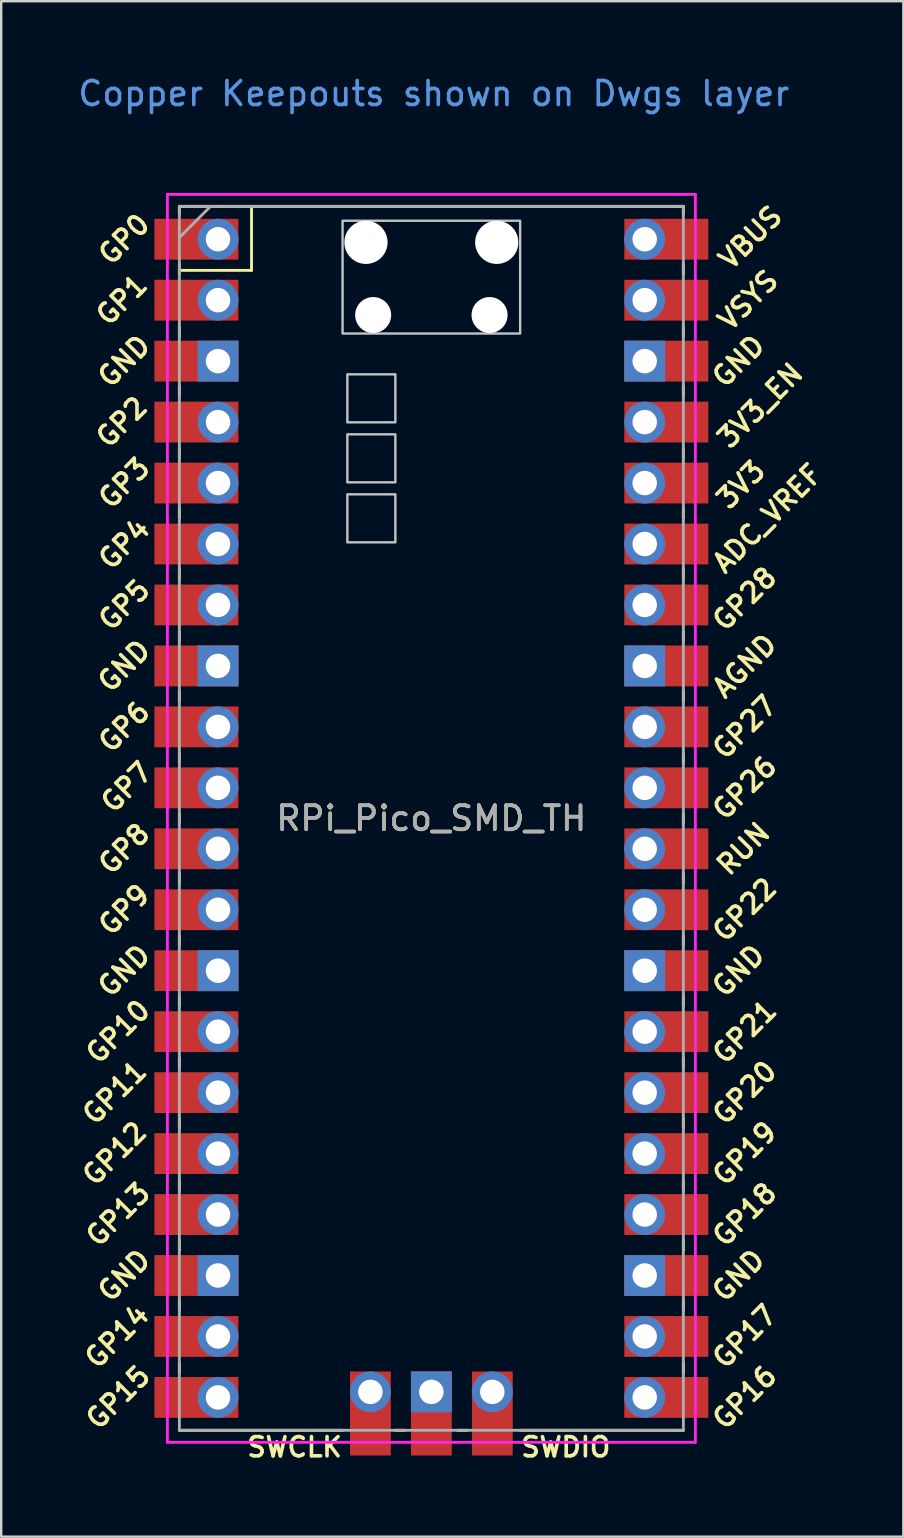
<source format=kicad_pcb>
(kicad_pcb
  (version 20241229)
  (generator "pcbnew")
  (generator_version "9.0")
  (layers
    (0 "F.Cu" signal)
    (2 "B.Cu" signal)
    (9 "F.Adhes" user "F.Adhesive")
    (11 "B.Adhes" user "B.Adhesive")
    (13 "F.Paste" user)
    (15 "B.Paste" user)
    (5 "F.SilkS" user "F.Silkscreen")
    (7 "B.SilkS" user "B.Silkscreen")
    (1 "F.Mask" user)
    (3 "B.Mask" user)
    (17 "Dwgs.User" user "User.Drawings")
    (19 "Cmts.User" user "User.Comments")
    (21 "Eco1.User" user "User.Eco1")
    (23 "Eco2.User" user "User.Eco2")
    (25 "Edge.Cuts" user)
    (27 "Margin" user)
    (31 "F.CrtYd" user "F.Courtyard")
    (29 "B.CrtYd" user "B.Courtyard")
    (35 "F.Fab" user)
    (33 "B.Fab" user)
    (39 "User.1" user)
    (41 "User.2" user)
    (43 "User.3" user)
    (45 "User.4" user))
  (footprint "RPi_Pico_SMD_TH"
    (layer "F.Cu")
    (at 14.924 31.048)
    (property "Reference" "RPi_Pico_SMD_TH" (at 0 0 0) (layer "F.SilkS") (effects (font (size 1 1) (thickness 0.15))))
    (attr through_hole)
    (fp_line (start -10.5 -25.5) (end -10.5 -25.2) (stroke (width 0.12) (type solid)) (layer "F.SilkS"))
    (fp_line (start -10.5 -25.5) (end 10.5 -25.5) (stroke (width 0.12) (type solid)) (layer "F.SilkS"))
    (fp_line (start -10.5 -23.1) (end -10.5 -22.7) (stroke (width 0.12) (type solid)) (layer "F.SilkS"))
    (fp_line (start -10.5 -22.833) (end -7.493 -22.833) (stroke (width 0.12) (type solid)) (layer "F.SilkS"))
    (fp_line (start -10.5 -20.5) (end -10.5 -20.1) (stroke (width 0.12) (type solid)) (layer "F.SilkS"))
    (fp_line (start -10.5 -18) (end -10.5 -17.6) (stroke (width 0.12) (type solid)) (layer "F.SilkS"))
    (fp_line (start -10.5 -15.4) (end -10.5 -15) (stroke (width 0.12) (type solid)) (layer "F.SilkS"))
    (fp_line (start -10.5 -12.9) (end -10.5 -12.5) (stroke (width 0.12) (type solid)) (layer "F.SilkS"))
    (fp_line (start -10.5 -10.4) (end -10.5 -10) (stroke (width 0.12) (type solid)) (layer "F.SilkS"))
    (fp_line (start -10.5 -7.8) (end -10.5 -7.4) (stroke (width 0.12) (type solid)) (layer "F.SilkS"))
    (fp_line (start -10.5 -5.3) (end -10.5 -4.9) (stroke (width 0.12) (type solid)) (layer "F.SilkS"))
    (fp_line (start -10.5 -2.7) (end -10.5 -2.3) (stroke (width 0.12) (type solid)) (layer "F.SilkS"))
    (fp_line (start -10.5 -0.2) (end -10.5 0.2) (stroke (width 0.12) (type solid)) (layer "F.SilkS"))
    (fp_line (start -10.5 2.3) (end -10.5 2.7) (stroke (width 0.12) (type solid)) (layer "F.SilkS"))
    (fp_line (start -10.5 4.9) (end -10.5 5.3) (stroke (width 0.12) (type solid)) (layer "F.SilkS"))
    (fp_line (start -10.5 7.4) (end -10.5 7.8) (stroke (width 0.12) (type solid)) (layer "F.SilkS"))
    (fp_line (start -10.5 10) (end -10.5 10.4) (stroke (width 0.12) (type solid)) (layer "F.SilkS"))
    (fp_line (start -10.5 12.5) (end -10.5 12.9) (stroke (width 0.12) (type solid)) (layer "F.SilkS"))
    (fp_line (start -10.5 15.1) (end -10.5 15.5) (stroke (width 0.12) (type solid)) (layer "F.SilkS"))
    (fp_line (start -10.5 17.6) (end -10.5 18) (stroke (width 0.12) (type solid)) (layer "F.SilkS"))
    (fp_line (start -10.5 20.1) (end -10.5 20.5) (stroke (width 0.12) (type solid)) (layer "F.SilkS"))
    (fp_line (start -10.5 22.7) (end -10.5 23.1) (stroke (width 0.12) (type solid)) (layer "F.SilkS"))
    (fp_line (start -7.493 -22.833) (end -7.493 -25.5) (stroke (width 0.12) (type solid)) (layer "F.SilkS"))
    (fp_line (start -3.7 25.5) (end -10.5 25.5) (stroke (width 0.12) (type solid)) (layer "F.SilkS"))
    (fp_line (start -1.5 25.5) (end -1.1 25.5) (stroke (width 0.12) (type solid)) (layer "F.SilkS"))
    (fp_line (start 1.1 25.5) (end 1.5 25.5) (stroke (width 0.12) (type solid)) (layer "F.SilkS"))
    (fp_line (start 10.5 -25.5) (end 10.5 -25.2) (stroke (width 0.12) (type solid)) (layer "F.SilkS"))
    (fp_line (start 10.5 -23.1) (end 10.5 -22.7) (stroke (width 0.12) (type solid)) (layer "F.SilkS"))
    (fp_line (start 10.5 -20.5) (end 10.5 -20.1) (stroke (width 0.12) (type solid)) (layer "F.SilkS"))
    (fp_line (start 10.5 -18) (end 10.5 -17.6) (stroke (width 0.12) (type solid)) (layer "F.SilkS"))
    (fp_line (start 10.5 -15.4) (end 10.5 -15) (stroke (width 0.12) (type solid)) (layer "F.SilkS"))
    (fp_line (start 10.5 -12.9) (end 10.5 -12.5) (stroke (width 0.12) (type solid)) (layer "F.SilkS"))
    (fp_line (start 10.5 -10.4) (end 10.5 -10) (stroke (width 0.12) (type solid)) (layer "F.SilkS"))
    (fp_line (start 10.5 -7.8) (end 10.5 -7.4) (stroke (width 0.12) (type solid)) (layer "F.SilkS"))
    (fp_line (start 10.5 -5.3) (end 10.5 -4.9) (stroke (width 0.12) (type solid)) (layer "F.SilkS"))
    (fp_line (start 10.5 -2.7) (end 10.5 -2.3) (stroke (width 0.12) (type solid)) (layer "F.SilkS"))
    (fp_line (start 10.5 -0.2) (end 10.5 0.2) (stroke (width 0.12) (type solid)) (layer "F.SilkS"))
    (fp_line (start 10.5 2.3) (end 10.5 2.7) (stroke (width 0.12) (type solid)) (layer "F.SilkS"))
    (fp_line (start 10.5 4.9) (end 10.5 5.3) (stroke (width 0.12) (type solid)) (layer "F.SilkS"))
    (fp_line (start 10.5 7.4) (end 10.5 7.8) (stroke (width 0.12) (type solid)) (layer "F.SilkS"))
    (fp_line (start 10.5 10) (end 10.5 10.4) (stroke (width 0.12) (type solid)) (layer "F.SilkS"))
    (fp_line (start 10.5 12.5) (end 10.5 12.9) (stroke (width 0.12) (type solid)) (layer "F.SilkS"))
    (fp_line (start 10.5 15.1) (end 10.5 15.5) (stroke (width 0.12) (type solid)) (layer "F.SilkS"))
    (fp_line (start 10.5 17.6) (end 10.5 18) (stroke (width 0.12) (type solid)) (layer "F.SilkS"))
    (fp_line (start 10.5 20.1) (end 10.5 20.5) (stroke (width 0.12) (type solid)) (layer "F.SilkS"))
    (fp_line (start 10.5 22.7) (end 10.5 23.1) (stroke (width 0.12) (type solid)) (layer "F.SilkS"))
    (fp_line (start 10.5 25.5) (end 3.7 25.5) (stroke (width 0.12) (type solid)) (layer "F.SilkS"))
    (fp_poly (pts (xy -1.5 -16.5) (xy -3.5 -16.5) (xy -3.5 -18.5) (xy -1.5 -18.5)) (stroke (width 0.1) (type solid)) (fill no) (layer "Dwgs.User"))
    (fp_poly (pts (xy -1.5 -14) (xy -3.5 -14) (xy -3.5 -16) (xy -1.5 -16)) (stroke (width 0.1) (type solid)) (fill no) (layer "Dwgs.User"))
    (fp_poly (pts (xy -1.5 -11.5) (xy -3.5 -11.5) (xy -3.5 -13.5) (xy -1.5 -13.5)) (stroke (width 0.1) (type solid)) (fill no) (layer "Dwgs.User"))
    (fp_poly (pts (xy 3.7 -20.2) (xy -3.7 -20.2) (xy -3.7 -24.9) (xy 3.7 -24.9)) (stroke (width 0.1) (type solid)) (fill no) (layer "Dwgs.User"))
    (fp_line (start -11 -26) (end 11 -26) (stroke (width 0.12) (type solid)) (layer "F.CrtYd"))
    (fp_line (start -11 26) (end -11 -26) (stroke (width 0.12) (type solid)) (layer "F.CrtYd"))
    (fp_line (start 11 -26) (end 11 26) (stroke (width 0.12) (type solid)) (layer "F.CrtYd"))
    (fp_line (start 11 26) (end -11 26) (stroke (width 0.12) (type solid)) (layer "F.CrtYd"))
    (fp_line (start -10.5 -25.5) (end 10.5 -25.5) (stroke (width 0.12) (type solid)) (layer "F.Fab"))
    (fp_line (start -10.5 -24.2) (end -9.2 -25.5) (stroke (width 0.12) (type solid)) (layer "F.Fab"))
    (fp_line (start -10.5 25.5) (end -10.5 -25.5) (stroke (width 0.12) (type solid)) (layer "F.Fab"))
    (fp_line (start 10.5 -25.5) (end 10.5 25.5) (stroke (width 0.12) (type solid)) (layer "F.Fab"))
    (fp_line (start 10.5 25.5) (end -10.5 25.5) (stroke (width 0.12) (type solid)) (layer "F.Fab"))
    (fp_text user "SWCLK" (at -5.7 26.2 0) (layer "F.SilkS") (effects (font (size 0.8 0.8) (thickness 0.15))))
    (fp_text user "3V3" (at 12.9 -13.9 45) (layer "F.SilkS") (effects (font (size 0.8 0.8) (thickness 0.15))))
    (fp_text user "SWDIO" (at 5.6 26.2 0) (layer "F.SilkS") (effects (font (size 0.8 0.8) (thickness 0.15))))
    (fp_text user "GP14" (at -13.1 21.59 45) (layer "F.SilkS") (effects (font (size 0.8 0.8) (thickness 0.15))))
    (fp_text user "GP28" (at 13.054 -9.144 45) (layer "F.SilkS") (effects (font (size 0.8 0.8) (thickness 0.15))))
    (fp_text user "GP0" (at -12.8 -24.13 45) (layer "F.SilkS") (effects (font (size 0.8 0.8) (thickness 0.15))))
    (fp_text user "GP11" (at -13.2 11.43 45) (layer "F.SilkS") (effects (font (size 0.8 0.8) (thickness 0.15))))
    (fp_text user "VBUS" (at 13.3 -24.2 45) (layer "F.SilkS") (effects (font (size 0.8 0.8) (thickness 0.15))))
    (fp_text user "GP13" (at -13.054 16.51 45) (layer "F.SilkS") (effects (font (size 0.8 0.8) (thickness 0.15))))
    (fp_text user "3V3_EN" (at 13.7 -17.2 45) (layer "F.SilkS") (effects (font (size 0.8 0.8) (thickness 0.15))))
    (fp_text user "GND" (at 12.8 -19.05 45) (layer "F.SilkS") (effects (font (size 0.8 0.8) (thickness 0.15))))
    (fp_text user "GP3" (at -12.8 -13.97 45) (layer "F.SilkS") (effects (font (size 0.8 0.8) (thickness 0.15))))
    (fp_text user "GND" (at -12.8 6.35 45) (layer "F.SilkS") (effects (font (size 0.8 0.8) (thickness 0.15))))
    (fp_text user "GND" (at -12.8 19.05 45) (layer "F.SilkS") (effects (font (size 0.8 0.8) (thickness 0.15))))
    (fp_text user "GND" (at -12.8 -6.35 45) (layer "F.SilkS") (effects (font (size 0.8 0.8) (thickness 0.15))))
    (fp_text user "RUN" (at 13 1.27 45) (layer "F.SilkS") (effects (font (size 0.8 0.8) (thickness 0.15))))
    (fp_text user "GP10" (at -13.054 8.89 45) (layer "F.SilkS") (effects (font (size 0.8 0.8) (thickness 0.15))))
    (fp_text user "ADC_VREF" (at 14 -12.5 45) (layer "F.SilkS") (effects (font (size 0.8 0.8) (thickness 0.15))))
    (fp_text user "GP6" (at -12.8 -3.81 45) (layer "F.SilkS") (effects (font (size 0.8 0.8) (thickness 0.15))))
    (fp_text user "GP19" (at 13.054 13.97 45) (layer "F.SilkS") (effects (font (size 0.8 0.8) (thickness 0.15))))
    (fp_text user "GP20" (at 13.054 11.43 45) (layer "F.SilkS") (effects (font (size 0.8 0.8) (thickness 0.15))))
    (fp_text user "VSYS" (at 13.2 -21.59 45) (layer "F.SilkS") (effects (font (size 0.8 0.8) (thickness 0.15))))
    (fp_text user "GP4" (at -12.8 -11.43 45) (layer "F.SilkS") (effects (font (size 0.8 0.8) (thickness 0.15))))
    (fp_text user "GP26" (at 13.054 -1.27 45) (layer "F.SilkS") (effects (font (size 0.8 0.8) (thickness 0.15))))
    (fp_text user "GP9" (at -12.8 3.81 45) (layer "F.SilkS") (effects (font (size 0.8 0.8) (thickness 0.15))))
    (fp_text user "GND" (at 12.8 6.35 45) (layer "F.SilkS") (effects (font (size 0.8 0.8) (thickness 0.15))))
    (fp_text user "GP7" (at -12.7 -1.3 45) (layer "F.SilkS") (effects (font (size 0.8 0.8) (thickness 0.15))))
    (fp_text user "GP15" (at -13.054 24.13 45) (layer "F.SilkS") (effects (font (size 0.8 0.8) (thickness 0.15))))
    (fp_text user "GP2" (at -12.9 -16.51 45) (layer "F.SilkS") (effects (font (size 0.8 0.8) (thickness 0.15))))
    (fp_text user "AGND" (at 13.054 -6.35 45) (layer "F.SilkS") (effects (font (size 0.8 0.8) (thickness 0.15))))
    (fp_text user "GP5" (at -12.8 -8.89 45) (layer "F.SilkS") (effects (font (size 0.8 0.8) (thickness 0.15))))
    (fp_text user "GP21" (at 13.054 8.9 45) (layer "F.SilkS") (effects (font (size 0.8 0.8) (thickness 0.15))))
    (fp_text user "GP22" (at 13.054 3.81 45) (layer "F.SilkS") (effects (font (size 0.8 0.8) (thickness 0.15))))
    (fp_text user "GP27" (at 13.054 -3.8 45) (layer "F.SilkS") (effects (font (size 0.8 0.8) (thickness 0.15))))
    (fp_text user "GND" (at -12.8 -19.05 45) (layer "F.SilkS") (effects (font (size 0.8 0.8) (thickness 0.15))))
    (fp_text user "GP1" (at -12.9 -21.6 45) (layer "F.SilkS") (effects (font (size 0.8 0.8) (thickness 0.15))))
    (fp_text user "GP12" (at -13.2 13.97 45) (layer "F.SilkS") (effects (font (size 0.8 0.8) (thickness 0.15))))
    (fp_text user "GP18" (at 13.054 16.51 45) (layer "F.SilkS") (effects (font (size 0.8 0.8) (thickness 0.15))))
    (fp_text user "GP17" (at 13.054 21.59 45) (layer "F.SilkS") (effects (font (size 0.8 0.8) (thickness 0.15))))
    (fp_text user "GP8" (at -12.8 1.27 45) (layer "F.SilkS") (effects (font (size 0.8 0.8) (thickness 0.15))))
    (fp_text user "GND" (at 12.8 19.05 45) (layer "F.SilkS") (effects (font (size 0.8 0.8) (thickness 0.15))))
    (fp_text user "GP16" (at 13.054 24.13 45) (layer "F.SilkS") (effects (font (size 0.8 0.8) (thickness 0.15))))
    (fp_text user "Copper Keepouts shown on Dwgs layer" (at 0.1 -30.2 0) (layer "Cmts.User") (effects (font (size 1 1) (thickness 0.15))))
    (fp_text user "${REFERENCE}" (at 0 0 180) (layer "F.Fab") (effects (font (size 1 1) (thickness 0.15))))
    (pad "" np_thru_hole oval (at -2.725 -24) (size 1.8 1.8) (drill 1.8) (layers "*.Cu" "*.Mask"))
    (pad "" np_thru_hole oval (at -2.425 -20.97) (size 1.5 1.5) (drill 1.5) (layers "*.Cu" "*.Mask"))
    (pad "" np_thru_hole oval (at 2.425 -20.97) (size 1.5 1.5) (drill 1.5) (layers "*.Cu" "*.Mask"))
    (pad "" np_thru_hole oval (at 2.725 -24) (size 1.8 1.8) (drill 1.8) (layers "*.Cu" "*.Mask"))
    (pad "1" thru_hole oval (at -8.89 -24.13) (size 1.7 1.7) (drill 1.02) (layers "*.Cu" "*.Mask"))
    (pad "1" smd rect (at -8.89 -24.13) (size 3.5 1.7) (drill (offset -0.9 0)) (layers "F.Cu" "F.Mask"))
    (pad "2" thru_hole oval (at -8.89 -21.59) (size 1.7 1.7) (drill 1.02) (layers "*.Cu" "*.Mask"))
    (pad "2" smd rect (at -8.89 -21.59) (size 3.5 1.7) (drill (offset -0.9 0)) (layers "F.Cu" "F.Mask"))
    (pad "3" thru_hole rect (at -8.89 -19.05) (size 1.7 1.7) (drill 1.02) (layers "*.Cu" "*.Mask"))
    (pad "3" smd rect (at -8.89 -19.05) (size 3.5 1.7) (drill (offset -0.9 0)) (layers "F.Cu" "F.Mask"))
    (pad "4" thru_hole oval (at -8.89 -16.51) (size 1.7 1.7) (drill 1.02) (layers "*.Cu" "*.Mask"))
    (pad "4" smd rect (at -8.89 -16.51) (size 3.5 1.7) (drill (offset -0.9 0)) (layers "F.Cu" "F.Mask"))
    (pad "5" thru_hole oval (at -8.89 -13.97) (size 1.7 1.7) (drill 1.02) (layers "*.Cu" "*.Mask"))
    (pad "5" smd rect (at -8.89 -13.97) (size 3.5 1.7) (drill (offset -0.9 0)) (layers "F.Cu" "F.Mask"))
    (pad "6" thru_hole oval (at -8.89 -11.43) (size 1.7 1.7) (drill 1.02) (layers "*.Cu" "*.Mask"))
    (pad "6" smd rect (at -8.89 -11.43) (size 3.5 1.7) (drill (offset -0.9 0)) (layers "F.Cu" "F.Mask"))
    (pad "7" thru_hole oval (at -8.89 -8.89) (size 1.7 1.7) (drill 1.02) (layers "*.Cu" "*.Mask"))
    (pad "7" smd rect (at -8.89 -8.89) (size 3.5 1.7) (drill (offset -0.9 0)) (layers "F.Cu" "F.Mask"))
    (pad "8" thru_hole rect (at -8.89 -6.35) (size 1.7 1.7) (drill 1.02) (layers "*.Cu" "*.Mask"))
    (pad "8" smd rect (at -8.89 -6.35) (size 3.5 1.7) (drill (offset -0.9 0)) (layers "F.Cu" "F.Mask"))
    (pad "9" thru_hole oval (at -8.89 -3.81) (size 1.7 1.7) (drill 1.02) (layers "*.Cu" "*.Mask"))
    (pad "9" smd rect (at -8.89 -3.81) (size 3.5 1.7) (drill (offset -0.9 0)) (layers "F.Cu" "F.Mask"))
    (pad "10" thru_hole oval (at -8.89 -1.27) (size 1.7 1.7) (drill 1.02) (layers "*.Cu" "*.Mask"))
    (pad "10" smd rect (at -8.89 -1.27) (size 3.5 1.7) (drill (offset -0.9 0)) (layers "F.Cu" "F.Mask"))
    (pad "11" thru_hole oval (at -8.89 1.27) (size 1.7 1.7) (drill 1.02) (layers "*.Cu" "*.Mask"))
    (pad "11" smd rect (at -8.89 1.27) (size 3.5 1.7) (drill (offset -0.9 0)) (layers "F.Cu" "F.Mask"))
    (pad "12" thru_hole oval (at -8.89 3.81) (size 1.7 1.7) (drill 1.02) (layers "*.Cu" "*.Mask"))
    (pad "12" smd rect (at -8.89 3.81) (size 3.5 1.7) (drill (offset -0.9 0)) (layers "F.Cu" "F.Mask"))
    (pad "13" thru_hole rect (at -8.89 6.35) (size 1.7 1.7) (drill 1.02) (layers "*.Cu" "*.Mask"))
    (pad "13" smd rect (at -8.89 6.35) (size 3.5 1.7) (drill (offset -0.9 0)) (layers "F.Cu" "F.Mask"))
    (pad "14" thru_hole oval (at -8.89 8.89) (size 1.7 1.7) (drill 1.02) (layers "*.Cu" "*.Mask"))
    (pad "14" smd rect (at -8.89 8.89) (size 3.5 1.7) (drill (offset -0.9 0)) (layers "F.Cu" "F.Mask"))
    (pad "15" thru_hole oval (at -8.89 11.43) (size 1.7 1.7) (drill 1.02) (layers "*.Cu" "*.Mask"))
    (pad "15" smd rect (at -8.89 11.43) (size 3.5 1.7) (drill (offset -0.9 0)) (layers "F.Cu" "F.Mask"))
    (pad "16" thru_hole oval (at -8.89 13.97) (size 1.7 1.7) (drill 1.02) (layers "*.Cu" "*.Mask"))
    (pad "16" smd rect (at -8.89 13.97) (size 3.5 1.7) (drill (offset -0.9 0)) (layers "F.Cu" "F.Mask"))
    (pad "17" thru_hole oval (at -8.89 16.51) (size 1.7 1.7) (drill 1.02) (layers "*.Cu" "*.Mask"))
    (pad "17" smd rect (at -8.89 16.51) (size 3.5 1.7) (drill (offset -0.9 0)) (layers "F.Cu" "F.Mask"))
    (pad "18" thru_hole rect (at -8.89 19.05) (size 1.7 1.7) (drill 1.02) (layers "*.Cu" "*.Mask"))
    (pad "18" smd rect (at -8.89 19.05) (size 3.5 1.7) (drill (offset -0.9 0)) (layers "F.Cu" "F.Mask"))
    (pad "19" thru_hole oval (at -8.89 21.59) (size 1.7 1.7) (drill 1.02) (layers "*.Cu" "*.Mask"))
    (pad "19" smd rect (at -8.89 21.59) (size 3.5 1.7) (drill (offset -0.9 0)) (layers "F.Cu" "F.Mask"))
    (pad "20" thru_hole oval (at -8.89 24.13) (size 1.7 1.7) (drill 1.02) (layers "*.Cu" "*.Mask"))
    (pad "20" smd rect (at -8.89 24.13) (size 3.5 1.7) (drill (offset -0.9 0)) (layers "F.Cu" "F.Mask"))
    (pad "21" thru_hole oval (at 8.89 24.13) (size 1.7 1.7) (drill 1.02) (layers "*.Cu" "*.Mask"))
    (pad "21" smd rect (at 8.89 24.13) (size 3.5 1.7) (drill (offset 0.9 0)) (layers "F.Cu" "F.Mask"))
    (pad "22" thru_hole oval (at 8.89 21.59) (size 1.7 1.7) (drill 1.02) (layers "*.Cu" "*.Mask"))
    (pad "22" smd rect (at 8.89 21.59) (size 3.5 1.7) (drill (offset 0.9 0)) (layers "F.Cu" "F.Mask"))
    (pad "23" thru_hole rect (at 8.89 19.05) (size 1.7 1.7) (drill 1.02) (layers "*.Cu" "*.Mask"))
    (pad "23" smd rect (at 8.89 19.05) (size 3.5 1.7) (drill (offset 0.9 0)) (layers "F.Cu" "F.Mask"))
    (pad "24" thru_hole oval (at 8.89 16.51) (size 1.7 1.7) (drill 1.02) (layers "*.Cu" "*.Mask"))
    (pad "24" smd rect (at 8.89 16.51) (size 3.5 1.7) (drill (offset 0.9 0)) (layers "F.Cu" "F.Mask"))
    (pad "25" thru_hole oval (at 8.89 13.97) (size 1.7 1.7) (drill 1.02) (layers "*.Cu" "*.Mask"))
    (pad "25" smd rect (at 8.89 13.97) (size 3.5 1.7) (drill (offset 0.9 0)) (layers "F.Cu" "F.Mask"))
    (pad "26" thru_hole oval (at 8.89 11.43) (size 1.7 1.7) (drill 1.02) (layers "*.Cu" "*.Mask"))
    (pad "26" smd rect (at 8.89 11.43) (size 3.5 1.7) (drill (offset 0.9 0)) (layers "F.Cu" "F.Mask"))
    (pad "27" thru_hole oval (at 8.89 8.89) (size 1.7 1.7) (drill 1.02) (layers "*.Cu" "*.Mask"))
    (pad "27" smd rect (at 8.89 8.89) (size 3.5 1.7) (drill (offset 0.9 0)) (layers "F.Cu" "F.Mask"))
    (pad "28" thru_hole rect (at 8.89 6.35) (size 1.7 1.7) (drill 1.02) (layers "*.Cu" "*.Mask"))
    (pad "28" smd rect (at 8.89 6.35) (size 3.5 1.7) (drill (offset 0.9 0)) (layers "F.Cu" "F.Mask"))
    (pad "29" thru_hole oval (at 8.89 3.81) (size 1.7 1.7) (drill 1.02) (layers "*.Cu" "*.Mask"))
    (pad "29" smd rect (at 8.89 3.81) (size 3.5 1.7) (drill (offset 0.9 0)) (layers "F.Cu" "F.Mask"))
    (pad "30" thru_hole oval (at 8.89 1.27) (size 1.7 1.7) (drill 1.02) (layers "*.Cu" "*.Mask"))
    (pad "30" smd rect (at 8.89 1.27) (size 3.5 1.7) (drill (offset 0.9 0)) (layers "F.Cu" "F.Mask"))
    (pad "31" thru_hole oval (at 8.89 -1.27) (size 1.7 1.7) (drill 1.02) (layers "*.Cu" "*.Mask"))
    (pad "31" smd rect (at 8.89 -1.27) (size 3.5 1.7) (drill (offset 0.9 0)) (layers "F.Cu" "F.Mask"))
    (pad "32" thru_hole oval (at 8.89 -3.81) (size 1.7 1.7) (drill 1.02) (layers "*.Cu" "*.Mask"))
    (pad "32" smd rect (at 8.89 -3.81) (size 3.5 1.7) (drill (offset 0.9 0)) (layers "F.Cu" "F.Mask"))
    (pad "33" thru_hole rect (at 8.89 -6.35) (size 1.7 1.7) (drill 1.02) (layers "*.Cu" "*.Mask"))
    (pad "33" smd rect (at 8.89 -6.35) (size 3.5 1.7) (drill (offset 0.9 0)) (layers "F.Cu" "F.Mask"))
    (pad "34" thru_hole oval (at 8.89 -8.89) (size 1.7 1.7) (drill 1.02) (layers "*.Cu" "*.Mask"))
    (pad "34" smd rect (at 8.89 -8.89) (size 3.5 1.7) (drill (offset 0.9 0)) (layers "F.Cu" "F.Mask"))
    (pad "35" thru_hole oval (at 8.89 -11.43) (size 1.7 1.7) (drill 1.02) (layers "*.Cu" "*.Mask"))
    (pad "35" smd rect (at 8.89 -11.43) (size 3.5 1.7) (drill (offset 0.9 0)) (layers "F.Cu" "F.Mask"))
    (pad "36" thru_hole oval (at 8.89 -13.97) (size 1.7 1.7) (drill 1.02) (layers "*.Cu" "*.Mask"))
    (pad "36" smd rect (at 8.89 -13.97) (size 3.5 1.7) (drill (offset 0.9 0)) (layers "F.Cu" "F.Mask"))
    (pad "37" thru_hole oval (at 8.89 -16.51) (size 1.7 1.7) (drill 1.02) (layers "*.Cu" "*.Mask"))
    (pad "37" smd rect (at 8.89 -16.51) (size 3.5 1.7) (drill (offset 0.9 0)) (layers "F.Cu" "F.Mask"))
    (pad "38" thru_hole rect (at 8.89 -19.05) (size 1.7 1.7) (drill 1.02) (layers "*.Cu" "*.Mask"))
    (pad "38" smd rect (at 8.89 -19.05) (size 3.5 1.7) (drill (offset 0.9 0)) (layers "F.Cu" "F.Mask"))
    (pad "39" thru_hole oval (at 8.89 -21.59) (size 1.7 1.7) (drill 1.02) (layers "*.Cu" "*.Mask"))
    (pad "39" smd rect (at 8.89 -21.59) (size 3.5 1.7) (drill (offset 0.9 0)) (layers "F.Cu" "F.Mask"))
    (pad "40" thru_hole oval (at 8.89 -24.13) (size 1.7 1.7) (drill 1.02) (layers "*.Cu" "*.Mask"))
    (pad "40" smd rect (at 8.89 -24.13) (size 3.5 1.7) (drill (offset 0.9 0)) (layers "F.Cu" "F.Mask"))
    (pad "41" thru_hole oval (at -2.54 23.9) (size 1.7 1.7) (drill 1.02) (layers "*.Cu" "*.Mask"))
    (pad "41" smd rect (at -2.54 23.9 90) (size 3.5 1.7) (drill (offset -0.9 0)) (layers "F.Cu" "F.Mask"))
    (pad "42" thru_hole rect (at 0 23.9) (size 1.7 1.7) (drill 1.02) (layers "*.Cu" "*.Mask"))
    (pad "42" smd rect (at 0 23.9 90) (size 3.5 1.7) (drill (offset -0.9 0)) (layers "F.Cu" "F.Mask"))
    (pad "43" thru_hole oval (at 2.54 23.9) (size 1.7 1.7) (drill 1.02) (layers "*.Cu" "*.Mask"))
    (pad "43" smd rect (at 2.54 23.9 90) (size 3.5 1.7) (drill (offset -0.9 0)) (layers "F.Cu" "F.Mask")))
  (gr_rect
    (start -3 -3)
    (end 34.591 60.98)
    (stroke (width 0.1) (type default))
    (fill no)
    (layer "Edge.Cuts")))
</source>
